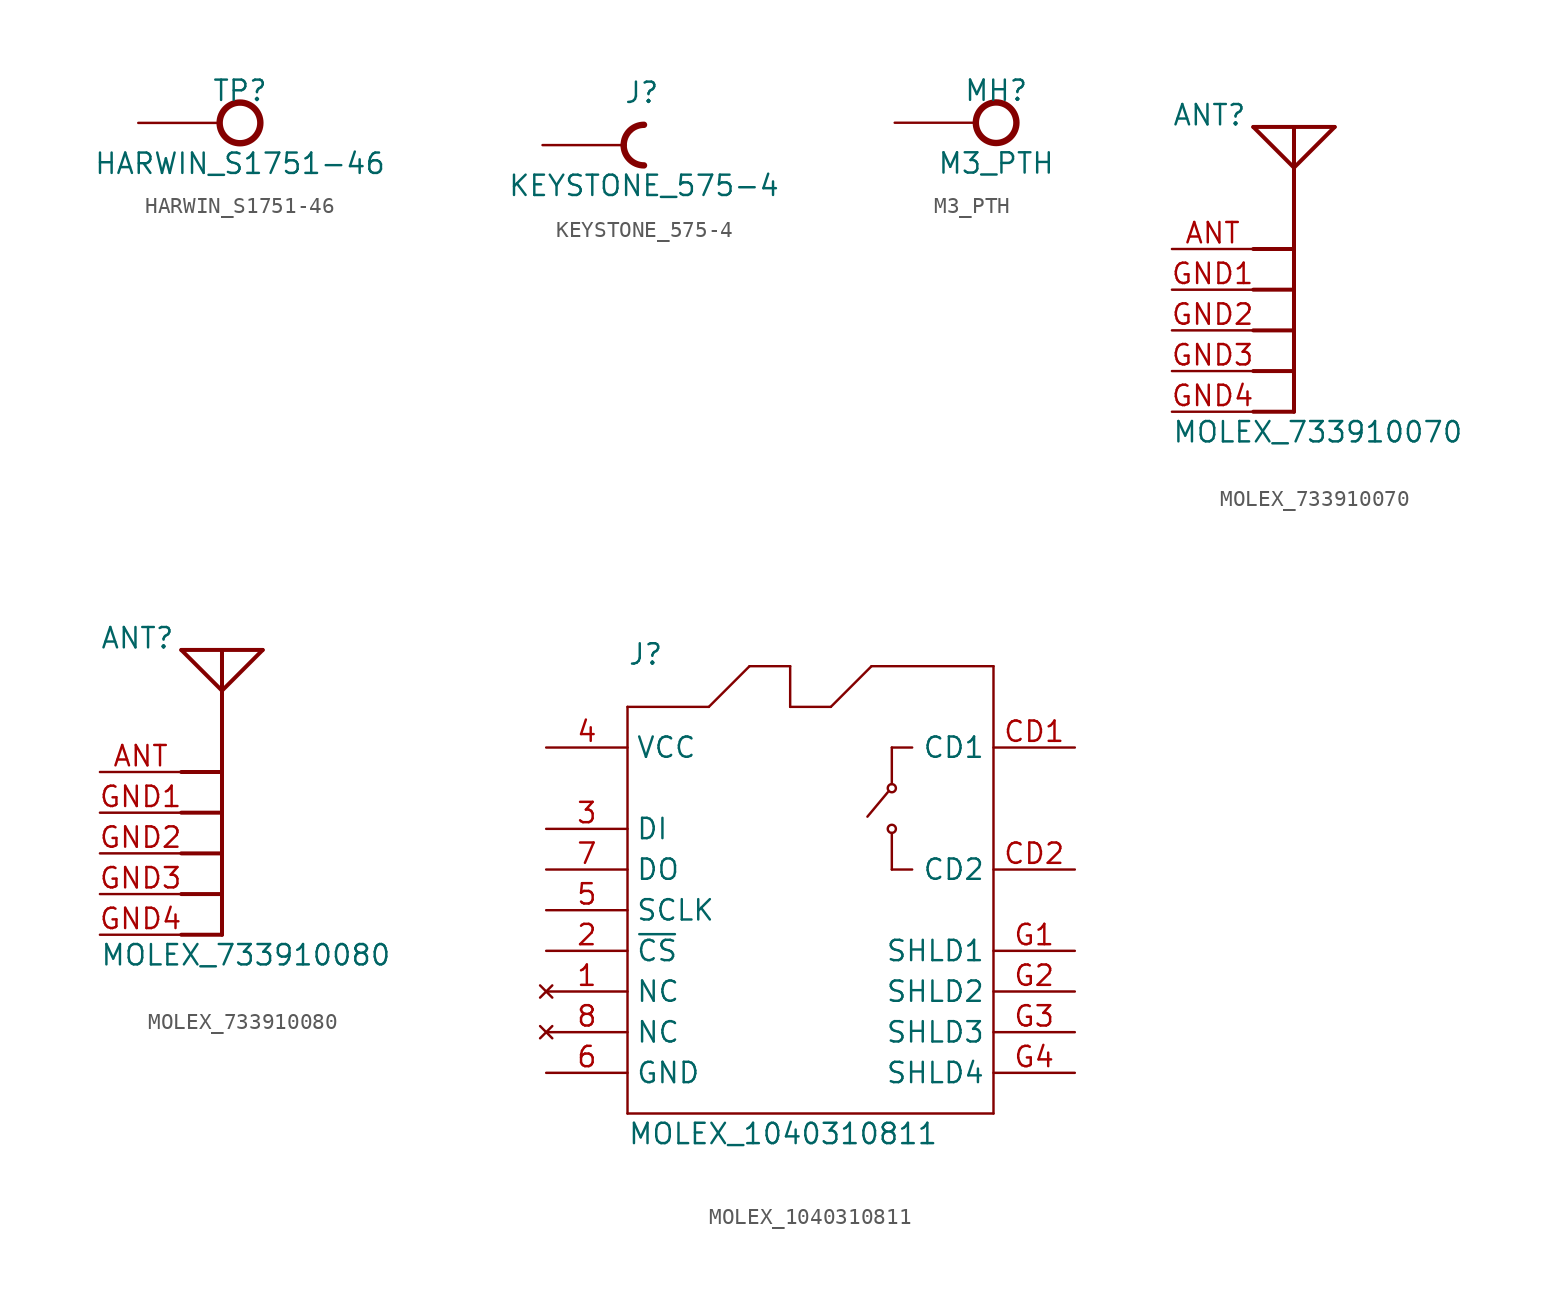
<source format=kicad_sym>
(kicad_symbol_lib
  (version 20220914)
  (generator kicad_symbol_editor)
  (symbol "HARWIN_S1751-46"
    (property "Reference" "TP"
      (at 6.35 1.27 0)
      (effects (font (size 1.27 1.27)) (justify bottom)))
    (property "Value" "HARWIN_S1751-46"
      (at 6.35 -2.54 0)
      (effects (font (size 1.27 1.27))))
    (symbol "HARWIN_S1751-46_0_1"
      (circle (center 6.35 0) (radius 1.27) (stroke (width 0.4) (type default)) (fill (type none))))
    (symbol "HARWIN_S1751-46_1_1"
      (pin passive line (at 0 0 0) (length 5.08) (name "1" (effects (font (size 0 0)))) (number "1" (effects (font (size 0 0)))))))
  (symbol "KEYSTONE_575-4"
    (property "Reference" "J"
      (at 5.08 2.54 0)
      (effects (font (size 1.27 1.27)) (justify left bottom)))
    (property "Value" "KEYSTONE_575-4"
      (at 6.35 -2.54 0)
      (effects (font (size 1.27 1.27))))
    (symbol "KEYSTONE_575-4_0_1"
      (arc (start 5.08 0) (mid 5.452 -0.898) (end 6.35 -1.27) (stroke (width 0.4) (type default)) (fill (type none)))
      (arc (start 6.35 1.27) (mid 5.452 0.898) (end 5.08 0) (stroke (width 0.4) (type default)) (fill (type none))))
    (symbol "KEYSTONE_575-4_1_1"
      (pin passive line (at 0 0 0) (length 5.08) (name "1" (effects (font (size 0 0)))) (number "1" (effects (font (size 0 0)))))))
  (symbol "M3_PTH"
    (property "Reference" "MH"
      (at 6.35 1.27 0)
      (effects (font (size 1.27 1.27)) (justify bottom)))
    (property "Value" "M3_PTH"
      (at 6.35 -2.54 0)
      (effects (font (size 1.27 1.27))))
    (symbol "M3_PTH_0_1"
      (circle (center 6.35 0) (radius 1.27) (stroke (width 0.4) (type default)) (fill (type none))))
    (symbol "M3_PTH_1_1"
      (pin passive line (at 0 0 0) (length 5.08) (name "1" (effects (font (size 0 0)))) (number "1" (effects (font (size 0 0)))))))
  (symbol "MOLEX_733910070"
    (property "Reference" "ANT"
      (at 0 7.62 0)
      (effects (font (size 1.27 1.27)) (justify left bottom)))
    (property "Value" "MOLEX_733910070"
      (at 0 -11.43 0)
      (effects (font (size 1.27 1.27)) (justify left)))
    (symbol "MOLEX_733910070_0_0"
      (polyline (pts (xy 5.08 7.62) (xy 7.62 5.08)) (stroke (width 0.25) (type default)) (fill (type none)))
      (polyline (pts (xy 5.08 7.62) (xy 10.16 7.62)) (stroke (width 0.25) (type default)) (fill (type none)))
      (polyline (pts (xy 7.62 -10.16) (xy 5.08 -10.16)) (stroke (width 0.25) (type default)) (fill (type none)))
      (polyline (pts (xy 7.62 -7.62) (xy 5.08 -7.62)) (stroke (width 0.25) (type default)) (fill (type none)))
      (polyline (pts (xy 7.62 -5.08) (xy 5.08 -5.08)) (stroke (width 0.25) (type default)) (fill (type none)))
      (polyline (pts (xy 7.62 -2.54) (xy 5.08 -2.54)) (stroke (width 0.25) (type default)) (fill (type none)))
      (polyline (pts (xy 7.62 0) (xy 5.08 0)) (stroke (width 0.25) (type default)) (fill (type none)))
      (polyline (pts (xy 7.62 7.62) (xy 7.62 -10.16)) (stroke (width 0.25) (type default)) (fill (type none)))
      (polyline (pts (xy 10.16 7.62) (xy 7.62 5.08)) (stroke (width 0.25) (type default)) (fill (type none))))
    (symbol "MOLEX_733910070_1_1"
      (pin bidirectional line (at 0 0 0) (length 5.08) (name "" (effects (font (size 1.27 1.27)))) (number "ANT" (effects (font (size 1.27 1.27)))))
      (pin power_in line (at 0 -2.54 0) (length 5.08) (name "" (effects (font (size 1.27 1.27)))) (number "GND1" (effects (font (size 1.27 1.27)))))
      (pin power_in line (at 0 -5.08 0) (length 5.08) (name "" (effects (font (size 1.27 1.27)))) (number "GND2" (effects (font (size 1.27 1.27)))))
      (pin power_in line (at 0 -7.62 0) (length 5.08) (name "" (effects (font (size 1.27 1.27)))) (number "GND3" (effects (font (size 1.27 1.27)))))
      (pin power_in line (at 0 -10.16 0) (length 5.08) (name "" (effects (font (size 1.27 1.27)))) (number "GND4" (effects (font (size 1.27 1.27)))))))
  (symbol "MOLEX_733910080"
    (property "Reference" "ANT"
      (at 0 7.62 0)
      (effects (font (size 1.27 1.27)) (justify left bottom)))
    (property "Value" "MOLEX_733910080"
      (at 0 -11.43 0)
      (effects (font (size 1.27 1.27)) (justify left)))
    (symbol "MOLEX_733910080_0_0"
      (polyline (pts (xy 5.08 7.62) (xy 7.62 5.08)) (stroke (width 0.25) (type default)) (fill (type none)))
      (polyline (pts (xy 5.08 7.62) (xy 10.16 7.62)) (stroke (width 0.25) (type default)) (fill (type none)))
      (polyline (pts (xy 7.62 -10.16) (xy 5.08 -10.16)) (stroke (width 0.25) (type default)) (fill (type none)))
      (polyline (pts (xy 7.62 -7.62) (xy 5.08 -7.62)) (stroke (width 0.25) (type default)) (fill (type none)))
      (polyline (pts (xy 7.62 -5.08) (xy 5.08 -5.08)) (stroke (width 0.25) (type default)) (fill (type none)))
      (polyline (pts (xy 7.62 -2.54) (xy 5.08 -2.54)) (stroke (width 0.25) (type default)) (fill (type none)))
      (polyline (pts (xy 7.62 0) (xy 5.08 0)) (stroke (width 0.25) (type default)) (fill (type none)))
      (polyline (pts (xy 7.62 7.62) (xy 7.62 -10.16)) (stroke (width 0.25) (type default)) (fill (type none)))
      (polyline (pts (xy 10.16 7.62) (xy 7.62 5.08)) (stroke (width 0.25) (type default)) (fill (type none))))
    (symbol "MOLEX_733910080_1_1"
      (pin bidirectional line (at 0 0 0) (length 5.08) (name "" (effects (font (size 1.27 1.27)))) (number "ANT" (effects (font (size 1.27 1.27)))))
      (pin power_in line (at 0 -2.54 0) (length 5.08) (name "" (effects (font (size 1.27 1.27)))) (number "GND1" (effects (font (size 1.27 1.27)))))
      (pin power_in line (at 0 -5.08 0) (length 5.08) (name "" (effects (font (size 1.27 1.27)))) (number "GND2" (effects (font (size 1.27 1.27)))))
      (pin power_in line (at 0 -7.62 0) (length 5.08) (name "" (effects (font (size 1.27 1.27)))) (number "GND3" (effects (font (size 1.27 1.27)))))
      (pin power_in line (at 0 -10.16 0) (length 5.08) (name "" (effects (font (size 1.27 1.27)))) (number "GND4" (effects (font (size 1.27 1.27)))))))
  (symbol "MOLEX_1040310811"
    (property "Reference" "J"
      (at 5.08 5.08 0)
      (effects (font (size 1.27 1.27)) (justify left bottom)))
    (property "Value" "MOLEX_1040310811"
      (at 5.08 -24.13 0)
      (effects (font (size 1.27 1.27)) (justify left)))
    (symbol "MOLEX_1040310811_0_0"
      (polyline (pts (xy 5.08 2.54) (xy 5.08 -22.86)) (stroke (width 0) (type default)) (fill (type none)))
      (polyline (pts (xy 10.16 2.54) (xy 5.08 2.54)) (stroke (width 0) (type default)) (fill (type none)))
      (polyline (pts (xy 12.7 5.08) (xy 10.16 2.54)) (stroke (width 0) (type default)) (fill (type none)))
      (polyline (pts (xy 15.24 5.08) (xy 12.7 5.08)) (stroke (width 0) (type default)) (fill (type none)))
      (polyline (pts (xy 15.24 5.08) (xy 15.24 2.54)) (stroke (width 0) (type default)) (fill (type none)))
      (polyline (pts (xy 17.78 2.54) (xy 15.24 2.54)) (stroke (width 0) (type default)) (fill (type none)))
      (polyline (pts (xy 20.32 5.08) (xy 17.78 2.54)) (stroke (width 0) (type default)) (fill (type none)))
      (polyline (pts (xy 21.336 -2.794) (xy 20.066 -4.318)) (stroke (width 0) (type default)) (fill (type none)))
      (polyline (pts (xy 21.59 -5.334) (xy 21.59 -7.62)) (stroke (width 0) (type default)) (fill (type none)))
      (polyline (pts (xy 21.59 0) (xy 21.59 -2.286)) (stroke (width 0) (type default)) (fill (type none)))
      (polyline (pts (xy 22.86 -7.62) (xy 21.59 -7.62)) (stroke (width 0) (type default)) (fill (type none)))
      (polyline (pts (xy 22.86 0) (xy 21.59 0)) (stroke (width 0) (type default)) (fill (type none)))
      (polyline (pts (xy 27.94 -22.86) (xy 5.08 -22.86)) (stroke (width 0) (type default)) (fill (type none)))
      (polyline (pts (xy 27.94 5.08) (xy 20.32 5.08)) (stroke (width 0) (type default)) (fill (type none)))
      (polyline (pts (xy 27.94 5.08) (xy 27.94 -22.86)) (stroke (width 0) (type default)) (fill (type none))))
    (symbol "MOLEX_1040310811_0_1"
      (circle (center 21.59 -5.08) (radius 0.254) (stroke (width 0.152) (type default)) (fill (type none)))
      (circle (center 21.59 -2.54) (radius 0.254) (stroke (width 0.152) (type default)) (fill (type none))))
    (symbol "MOLEX_1040310811_1_1"
      (pin no_connect line (at 0 -15.24 0) (length 5.08) (name "NC" (effects (font (size 1.27 1.27)))) (number "1" (effects (font (size 1.27 1.27)))))
      (pin input line (at 0 -12.7 0) (length 5.08) (name "~{CS}" (effects (font (size 1.27 1.27)))) (number "2" (effects (font (size 1.27 1.27)))))
      (pin input line (at 0 -5.08 0) (length 5.08) (name "DI" (effects (font (size 1.27 1.27)))) (number "3" (effects (font (size 1.27 1.27)))))
      (pin power_in line (at 0 0 0) (length 5.08) (name "VCC" (effects (font (size 1.27 1.27)))) (number "4" (effects (font (size 1.27 1.27)))))
      (pin input line (at 0 -10.16 0) (length 5.08) (name "SCLK" (effects (font (size 1.27 1.27)))) (number "5" (effects (font (size 1.27 1.27)))))
      (pin power_in line (at 0 -20.32 0) (length 5.08) (name "GND" (effects (font (size 1.27 1.27)))) (number "6" (effects (font (size 1.27 1.27)))))
      (pin output line (at 0 -7.62 0) (length 5.08) (name "DO" (effects (font (size 1.27 1.27)))) (number "7" (effects (font (size 1.27 1.27)))))
      (pin no_connect line (at 0 -17.78 0) (length 5.08) (name "NC" (effects (font (size 1.27 1.27)))) (number "8" (effects (font (size 1.27 1.27)))))
      (pin passive line (at 33.02 0 180) (length 5.08) (name "CD1" (effects (font (size 1.27 1.27)))) (number "CD1" (effects (font (size 1.27 1.27)))))
      (pin passive line (at 33.02 -7.62 180) (length 5.08) (name "CD2" (effects (font (size 1.27 1.27)))) (number "CD2" (effects (font (size 1.27 1.27)))))
      (pin passive line (at 33.02 -12.7 180) (length 5.08) (name "SHLD1" (effects (font (size 1.27 1.27)))) (number "G1" (effects (font (size 1.27 1.27)))))
      (pin passive line (at 33.02 -15.24 180) (length 5.08) (name "SHLD2" (effects (font (size 1.27 1.27)))) (number "G2" (effects (font (size 1.27 1.27)))))
      (pin passive line (at 33.02 -17.78 180) (length 5.08) (name "SHLD3" (effects (font (size 1.27 1.27)))) (number "G3" (effects (font (size 1.27 1.27)))))
      (pin passive line (at 33.02 -20.32 180) (length 5.08) (name "SHLD4" (effects (font (size 1.27 1.27)))) (number "G4" (effects (font (size 1.27 1.27))))))))
</source>
